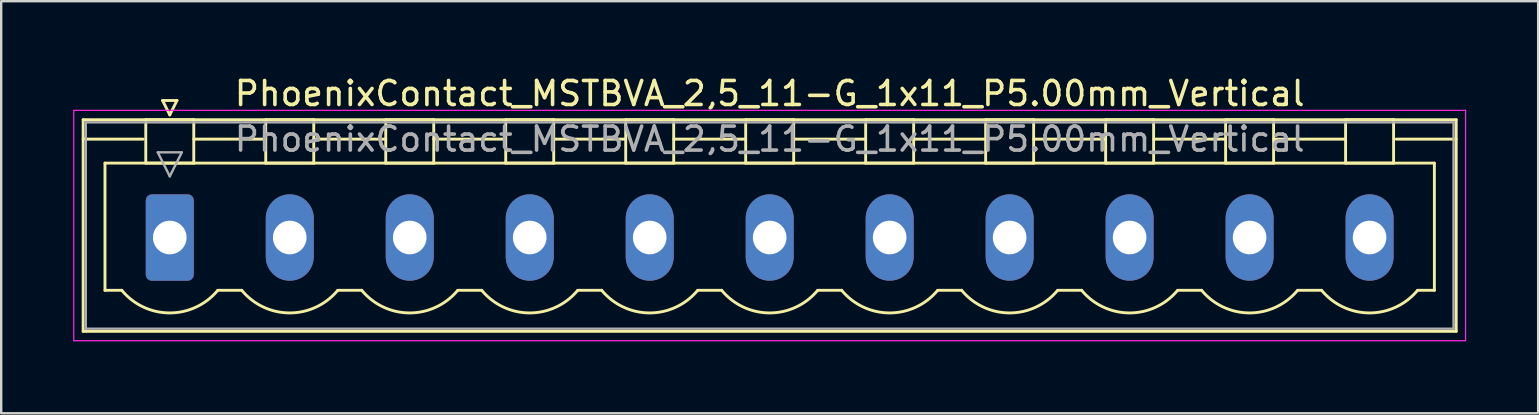
<source format=kicad_pcb>
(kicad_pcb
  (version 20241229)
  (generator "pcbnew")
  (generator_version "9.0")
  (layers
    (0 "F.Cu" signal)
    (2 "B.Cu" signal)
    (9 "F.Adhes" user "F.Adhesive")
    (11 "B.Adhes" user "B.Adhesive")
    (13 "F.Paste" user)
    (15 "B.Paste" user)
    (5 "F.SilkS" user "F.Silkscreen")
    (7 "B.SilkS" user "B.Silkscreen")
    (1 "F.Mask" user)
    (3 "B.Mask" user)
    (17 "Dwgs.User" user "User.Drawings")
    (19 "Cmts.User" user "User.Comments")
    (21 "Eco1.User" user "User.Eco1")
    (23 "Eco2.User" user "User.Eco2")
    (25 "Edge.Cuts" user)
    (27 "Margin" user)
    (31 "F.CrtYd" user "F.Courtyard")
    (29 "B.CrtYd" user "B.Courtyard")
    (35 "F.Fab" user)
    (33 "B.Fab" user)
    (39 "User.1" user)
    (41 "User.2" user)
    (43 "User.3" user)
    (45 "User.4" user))
  (footprint "PhoenixContact_MSTBVA_2,5_11-G_1x11_P5.00mm_Vertical"
    (layer "F.Cu")
    (at 4.025 6.848)
    (property "Reference" "PhoenixContact_MSTBVA_2,5_11-G_1x11_P5.00mm_Vertical" (at 25 -6 0) (layer "F.SilkS") (effects (font (size 1 1) (thickness 0.15))))
    (attr through_hole)
    (fp_line (start -3.61 -4.91) (end -3.61 3.91) (stroke (width 0.12) (type solid)) (layer "F.SilkS"))
    (fp_line (start -3.61 -4.1) (end -1.11 -4.1) (stroke (width 0.12) (type solid)) (layer "F.SilkS"))
    (fp_line (start -3.61 3.91) (end 53.61 3.91) (stroke (width 0.12) (type solid)) (layer "F.SilkS"))
    (fp_line (start -2.7 -3.1) (end 52.7 -3.1) (stroke (width 0.12) (type solid)) (layer "F.SilkS"))
    (fp_line (start -2.7 2.2) (end -2.7 -3.1) (stroke (width 0.12) (type solid)) (layer "F.SilkS"))
    (fp_line (start -2 2.2) (end -2.7 2.2) (stroke (width 0.12) (type solid)) (layer "F.SilkS"))
    (fp_line (start -1 -4.91) (end 1 -4.91) (stroke (width 0.12) (type solid)) (layer "F.SilkS"))
    (fp_line (start -1 -3.1) (end -1 -4.91) (stroke (width 0.12) (type solid)) (layer "F.SilkS"))
    (fp_line (start -0.3 -5.71) (end 0.3 -5.71) (stroke (width 0.12) (type solid)) (layer "F.SilkS"))
    (fp_line (start 0 -5.11) (end -0.3 -5.71) (stroke (width 0.12) (type solid)) (layer "F.SilkS"))
    (fp_line (start 0.3 -5.71) (end 0 -5.11) (stroke (width 0.12) (type solid)) (layer "F.SilkS"))
    (fp_line (start 1 -4.91) (end 1 -3.1) (stroke (width 0.12) (type solid)) (layer "F.SilkS"))
    (fp_line (start 1 -4.1) (end 4 -4.1) (stroke (width 0.12) (type solid)) (layer "F.SilkS"))
    (fp_line (start 1 -3.1) (end -1 -3.1) (stroke (width 0.12) (type solid)) (layer "F.SilkS"))
    (fp_line (start 2 2.2) (end 3 2.2) (stroke (width 0.12) (type solid)) (layer "F.SilkS"))
    (fp_line (start 4 -4.91) (end 6 -4.91) (stroke (width 0.12) (type solid)) (layer "F.SilkS"))
    (fp_line (start 4 -3.1) (end 4 -4.91) (stroke (width 0.12) (type solid)) (layer "F.SilkS"))
    (fp_line (start 6 -4.91) (end 6 -3.1) (stroke (width 0.12) (type solid)) (layer "F.SilkS"))
    (fp_line (start 6 -4.1) (end 9 -4.1) (stroke (width 0.12) (type solid)) (layer "F.SilkS"))
    (fp_line (start 6 -3.1) (end 4 -3.1) (stroke (width 0.12) (type solid)) (layer "F.SilkS"))
    (fp_line (start 7 2.2) (end 8 2.2) (stroke (width 0.12) (type solid)) (layer "F.SilkS"))
    (fp_line (start 9 -4.91) (end 11 -4.91) (stroke (width 0.12) (type solid)) (layer "F.SilkS"))
    (fp_line (start 9 -3.1) (end 9 -4.91) (stroke (width 0.12) (type solid)) (layer "F.SilkS"))
    (fp_line (start 11 -4.91) (end 11 -3.1) (stroke (width 0.12) (type solid)) (layer "F.SilkS"))
    (fp_line (start 11 -4.1) (end 14 -4.1) (stroke (width 0.12) (type solid)) (layer "F.SilkS"))
    (fp_line (start 11 -3.1) (end 9 -3.1) (stroke (width 0.12) (type solid)) (layer "F.SilkS"))
    (fp_line (start 12 2.2) (end 13 2.2) (stroke (width 0.12) (type solid)) (layer "F.SilkS"))
    (fp_line (start 14 -4.91) (end 16 -4.91) (stroke (width 0.12) (type solid)) (layer "F.SilkS"))
    (fp_line (start 14 -3.1) (end 14 -4.91) (stroke (width 0.12) (type solid)) (layer "F.SilkS"))
    (fp_line (start 16 -4.91) (end 16 -3.1) (stroke (width 0.12) (type solid)) (layer "F.SilkS"))
    (fp_line (start 16 -4.1) (end 19 -4.1) (stroke (width 0.12) (type solid)) (layer "F.SilkS"))
    (fp_line (start 16 -3.1) (end 14 -3.1) (stroke (width 0.12) (type solid)) (layer "F.SilkS"))
    (fp_line (start 17 2.2) (end 18 2.2) (stroke (width 0.12) (type solid)) (layer "F.SilkS"))
    (fp_line (start 19 -4.91) (end 21 -4.91) (stroke (width 0.12) (type solid)) (layer "F.SilkS"))
    (fp_line (start 19 -3.1) (end 19 -4.91) (stroke (width 0.12) (type solid)) (layer "F.SilkS"))
    (fp_line (start 21 -4.91) (end 21 -3.1) (stroke (width 0.12) (type solid)) (layer "F.SilkS"))
    (fp_line (start 21 -4.1) (end 24 -4.1) (stroke (width 0.12) (type solid)) (layer "F.SilkS"))
    (fp_line (start 21 -3.1) (end 19 -3.1) (stroke (width 0.12) (type solid)) (layer "F.SilkS"))
    (fp_line (start 22 2.2) (end 23 2.2) (stroke (width 0.12) (type solid)) (layer "F.SilkS"))
    (fp_line (start 24 -4.91) (end 26 -4.91) (stroke (width 0.12) (type solid)) (layer "F.SilkS"))
    (fp_line (start 24 -3.1) (end 24 -4.91) (stroke (width 0.12) (type solid)) (layer "F.SilkS"))
    (fp_line (start 26 -4.91) (end 26 -3.1) (stroke (width 0.12) (type solid)) (layer "F.SilkS"))
    (fp_line (start 26 -4.1) (end 29 -4.1) (stroke (width 0.12) (type solid)) (layer "F.SilkS"))
    (fp_line (start 26 -3.1) (end 24 -3.1) (stroke (width 0.12) (type solid)) (layer "F.SilkS"))
    (fp_line (start 27 2.2) (end 28 2.2) (stroke (width 0.12) (type solid)) (layer "F.SilkS"))
    (fp_line (start 29 -4.91) (end 31 -4.91) (stroke (width 0.12) (type solid)) (layer "F.SilkS"))
    (fp_line (start 29 -3.1) (end 29 -4.91) (stroke (width 0.12) (type solid)) (layer "F.SilkS"))
    (fp_line (start 31 -4.91) (end 31 -3.1) (stroke (width 0.12) (type solid)) (layer "F.SilkS"))
    (fp_line (start 31 -4.1) (end 34 -4.1) (stroke (width 0.12) (type solid)) (layer "F.SilkS"))
    (fp_line (start 31 -3.1) (end 29 -3.1) (stroke (width 0.12) (type solid)) (layer "F.SilkS"))
    (fp_line (start 32 2.2) (end 33 2.2) (stroke (width 0.12) (type solid)) (layer "F.SilkS"))
    (fp_line (start 34 -4.91) (end 36 -4.91) (stroke (width 0.12) (type solid)) (layer "F.SilkS"))
    (fp_line (start 34 -3.1) (end 34 -4.91) (stroke (width 0.12) (type solid)) (layer "F.SilkS"))
    (fp_line (start 36 -4.91) (end 36 -3.1) (stroke (width 0.12) (type solid)) (layer "F.SilkS"))
    (fp_line (start 36 -4.1) (end 39 -4.1) (stroke (width 0.12) (type solid)) (layer "F.SilkS"))
    (fp_line (start 36 -3.1) (end 34 -3.1) (stroke (width 0.12) (type solid)) (layer "F.SilkS"))
    (fp_line (start 37 2.2) (end 38 2.2) (stroke (width 0.12) (type solid)) (layer "F.SilkS"))
    (fp_line (start 39 -4.91) (end 41 -4.91) (stroke (width 0.12) (type solid)) (layer "F.SilkS"))
    (fp_line (start 39 -3.1) (end 39 -4.91) (stroke (width 0.12) (type solid)) (layer "F.SilkS"))
    (fp_line (start 41 -4.91) (end 41 -3.1) (stroke (width 0.12) (type solid)) (layer "F.SilkS"))
    (fp_line (start 41 -4.1) (end 44 -4.1) (stroke (width 0.12) (type solid)) (layer "F.SilkS"))
    (fp_line (start 41 -3.1) (end 39 -3.1) (stroke (width 0.12) (type solid)) (layer "F.SilkS"))
    (fp_line (start 42 2.2) (end 43 2.2) (stroke (width 0.12) (type solid)) (layer "F.SilkS"))
    (fp_line (start 44 -4.91) (end 46 -4.91) (stroke (width 0.12) (type solid)) (layer "F.SilkS"))
    (fp_line (start 44 -3.1) (end 44 -4.91) (stroke (width 0.12) (type solid)) (layer "F.SilkS"))
    (fp_line (start 46 -4.91) (end 46 -3.1) (stroke (width 0.12) (type solid)) (layer "F.SilkS"))
    (fp_line (start 46 -4.1) (end 49 -4.1) (stroke (width 0.12) (type solid)) (layer "F.SilkS"))
    (fp_line (start 46 -3.1) (end 44 -3.1) (stroke (width 0.12) (type solid)) (layer "F.SilkS"))
    (fp_line (start 47 2.2) (end 48 2.2) (stroke (width 0.12) (type solid)) (layer "F.SilkS"))
    (fp_line (start 49 -4.91) (end 51 -4.91) (stroke (width 0.12) (type solid)) (layer "F.SilkS"))
    (fp_line (start 49 -3.1) (end 49 -4.91) (stroke (width 0.12) (type solid)) (layer "F.SilkS"))
    (fp_line (start 51 -4.91) (end 51 -3.1) (stroke (width 0.12) (type solid)) (layer "F.SilkS"))
    (fp_line (start 51 -3.1) (end 49 -3.1) (stroke (width 0.12) (type solid)) (layer "F.SilkS"))
    (fp_line (start 52.7 -3.1) (end 52.7 2.2) (stroke (width 0.12) (type solid)) (layer "F.SilkS"))
    (fp_line (start 52.7 2.2) (end 52 2.2) (stroke (width 0.12) (type solid)) (layer "F.SilkS"))
    (fp_line (start 53.61 -4.91) (end -3.61 -4.91) (stroke (width 0.12) (type solid)) (layer "F.SilkS"))
    (fp_line (start 53.61 -4.1) (end 51.11 -4.1) (stroke (width 0.12) (type solid)) (layer "F.SilkS"))
    (fp_line (start 53.61 3.91) (end 53.61 -4.91) (stroke (width 0.12) (type solid)) (layer "F.SilkS"))
    (fp_arc (start 1.986842 2.215821) (mid -0.010289 3.142758) (end -2 2.2) (stroke (width 0.12) (type solid)) (layer "F.SilkS"))
    (fp_arc (start 6.986842 2.215821) (mid 4.989711 3.142758) (end 3 2.2) (stroke (width 0.12) (type solid)) (layer "F.SilkS"))
    (fp_arc (start 11.986842 2.215821) (mid 9.989711 3.142758) (end 8 2.2) (stroke (width 0.12) (type solid)) (layer "F.SilkS"))
    (fp_arc (start 16.986842 2.215821) (mid 14.989711 3.142758) (end 13 2.2) (stroke (width 0.12) (type solid)) (layer "F.SilkS"))
    (fp_arc (start 21.986842 2.215821) (mid 19.989711 3.142758) (end 18 2.2) (stroke (width 0.12) (type solid)) (layer "F.SilkS"))
    (fp_arc (start 26.986842 2.215821) (mid 24.989711 3.142758) (end 23 2.2) (stroke (width 0.12) (type solid)) (layer "F.SilkS"))
    (fp_arc (start 31.986842 2.215821) (mid 29.989711 3.142758) (end 28 2.2) (stroke (width 0.12) (type solid)) (layer "F.SilkS"))
    (fp_arc (start 36.986842 2.215821) (mid 34.989711 3.142758) (end 33 2.2) (stroke (width 0.12) (type solid)) (layer "F.SilkS"))
    (fp_arc (start 41.986842 2.215821) (mid 39.989711 3.142758) (end 38 2.2) (stroke (width 0.12) (type solid)) (layer "F.SilkS"))
    (fp_arc (start 46.986842 2.215821) (mid 44.989711 3.142758) (end 43 2.2) (stroke (width 0.12) (type solid)) (layer "F.SilkS"))
    (fp_arc (start 51.986842 2.215821) (mid 49.989711 3.142758) (end 48 2.2) (stroke (width 0.12) (type solid)) (layer "F.SilkS"))
    (fp_line (start -4 -5.3) (end -4 4.3) (stroke (width 0.05) (type solid)) (layer "F.CrtYd"))
    (fp_line (start -4 4.3) (end 54 4.3) (stroke (width 0.05) (type solid)) (layer "F.CrtYd"))
    (fp_line (start 54 -5.3) (end -4 -5.3) (stroke (width 0.05) (type solid)) (layer "F.CrtYd"))
    (fp_line (start 54 4.3) (end 54 -5.3) (stroke (width 0.05) (type solid)) (layer "F.CrtYd"))
    (fp_line (start -3.5 -4.8) (end -3.5 3.8) (stroke (width 0.1) (type solid)) (layer "F.Fab"))
    (fp_line (start -3.5 3.8) (end 53.5 3.8) (stroke (width 0.1) (type solid)) (layer "F.Fab"))
    (fp_line (start -0.5 -3.55) (end 0.5 -3.55) (stroke (width 0.1) (type solid)) (layer "F.Fab"))
    (fp_line (start 0 -2.55) (end -0.5 -3.55) (stroke (width 0.1) (type solid)) (layer "F.Fab"))
    (fp_line (start 0.5 -3.55) (end 0 -2.55) (stroke (width 0.1) (type solid)) (layer "F.Fab"))
    (fp_line (start 53.5 -4.8) (end -3.5 -4.8) (stroke (width 0.1) (type solid)) (layer "F.Fab"))
    (fp_line (start 53.5 3.8) (end 53.5 -4.8) (stroke (width 0.1) (type solid)) (layer "F.Fab"))
    (fp_text user "${REFERENCE}" (at 25 -4.1 0) (layer "F.Fab") (effects (font (size 1 1) (thickness 0.15))))
    (pad "1" thru_hole roundrect (at 0 0) (size 2 3.6) (drill 1.4) (layers "*.Cu" "*.Mask") (roundrect_rratio 0.125))
    (pad "2" thru_hole oval (at 5 0) (size 2 3.6) (drill 1.4) (layers "*.Cu" "*.Mask"))
    (pad "3" thru_hole oval (at 10 0) (size 2 3.6) (drill 1.4) (layers "*.Cu" "*.Mask"))
    (pad "4" thru_hole oval (at 15 0) (size 2 3.6) (drill 1.4) (layers "*.Cu" "*.Mask"))
    (pad "5" thru_hole oval (at 20 0) (size 2 3.6) (drill 1.4) (layers "*.Cu" "*.Mask"))
    (pad "6" thru_hole oval (at 25 0) (size 2 3.6) (drill 1.4) (layers "*.Cu" "*.Mask"))
    (pad "7" thru_hole oval (at 30 0) (size 2 3.6) (drill 1.4) (layers "*.Cu" "*.Mask"))
    (pad "8" thru_hole oval (at 35 0) (size 2 3.6) (drill 1.4) (layers "*.Cu" "*.Mask"))
    (pad "9" thru_hole oval (at 40 0) (size 2 3.6) (drill 1.4) (layers "*.Cu" "*.Mask"))
    (pad "10" thru_hole oval (at 45 0) (size 2 3.6) (drill 1.4) (layers "*.Cu" "*.Mask"))
    (pad "11" thru_hole oval (at 50 0) (size 2 3.6) (drill 1.4) (layers "*.Cu" "*.Mask")))
  (gr_rect
    (start -3 -3)
    (end 61.05 14.173)
    (stroke (width 0.1) (type default))
    (fill no)
    (layer "Edge.Cuts")))
</source>
